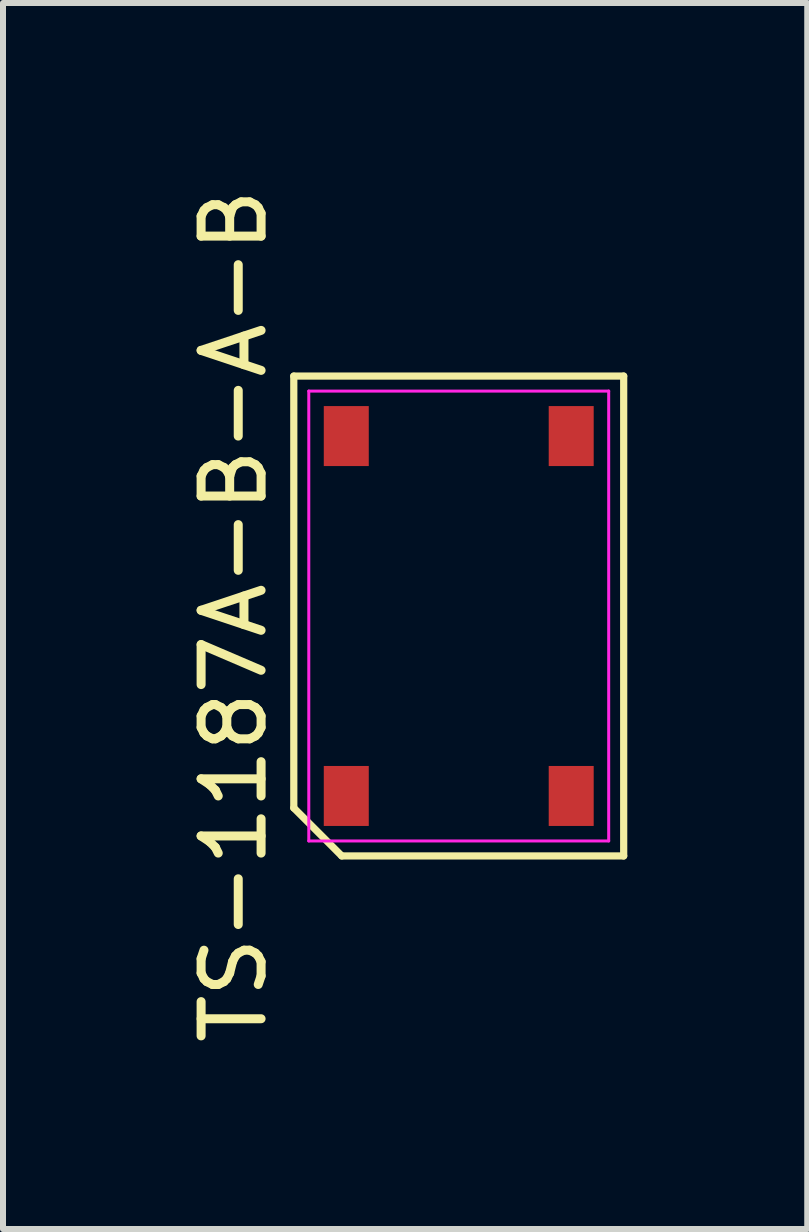
<source format=kicad_pcb>
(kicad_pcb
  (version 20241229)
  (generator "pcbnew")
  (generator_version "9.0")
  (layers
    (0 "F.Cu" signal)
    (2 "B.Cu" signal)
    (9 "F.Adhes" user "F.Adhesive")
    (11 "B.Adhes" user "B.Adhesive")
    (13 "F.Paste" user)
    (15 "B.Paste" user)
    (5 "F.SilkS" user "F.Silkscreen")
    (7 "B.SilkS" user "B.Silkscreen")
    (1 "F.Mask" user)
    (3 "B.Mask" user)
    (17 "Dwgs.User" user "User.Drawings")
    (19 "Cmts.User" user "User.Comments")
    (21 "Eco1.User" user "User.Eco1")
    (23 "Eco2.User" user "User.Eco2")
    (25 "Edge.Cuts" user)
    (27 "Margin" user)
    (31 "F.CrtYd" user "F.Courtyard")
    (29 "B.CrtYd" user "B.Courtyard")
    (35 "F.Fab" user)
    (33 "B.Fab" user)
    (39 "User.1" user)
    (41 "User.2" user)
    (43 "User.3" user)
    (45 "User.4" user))
  (footprint "TS-1187A-B-A-B"
    (layer "F.Cu")
    (at 4.598 7.22)
    (property "Reference" "TS-1187A-B-A-B" (at -3.75 0 90) (layer "F.SilkS") (effects (font (size 1 1) (thickness 0.15))))
    (attr smd)
    (fp_line (start -2.75 -4) (end 2.75 -4) (stroke (width 0.12) (type default)) (layer "F.SilkS"))
    (fp_line (start -2.75 3.2) (end -2.75 -4) (stroke (width 0.12) (type default)) (layer "F.SilkS"))
    (fp_line (start -1.95 4) (end -2.75 3.2) (stroke (width 0.12) (type default)) (layer "F.SilkS"))
    (fp_line (start 2.75 -4) (end 2.75 4) (stroke (width 0.12) (type default)) (layer "F.SilkS"))
    (fp_line (start 2.75 4) (end -1.95 4) (stroke (width 0.12) (type default)) (layer "F.SilkS"))
    (fp_line (start -2.5 -3.75) (end 2.5 -3.75) (stroke (width 0.05) (type default)) (layer "F.CrtYd"))
    (fp_line (start -2.5 3.75) (end -2.5 -3.75) (stroke (width 0.05) (type default)) (layer "F.CrtYd"))
    (fp_line (start 2.5 -3.75) (end 2.5 3.75) (stroke (width 0.05) (type default)) (layer "F.CrtYd"))
    (fp_line (start 2.5 3.75) (end -2.5 3.75) (stroke (width 0.05) (type default)) (layer "F.CrtYd"))
    (pad "1" smd rect (at -1.875 -3) (size 0.75 1) (layers "F.Cu" "F.Mask" "F.Paste"))
    (pad "1" smd rect (at -1.875 3) (size 0.75 1) (layers "F.Cu" "F.Mask" "F.Paste"))
    (pad "2" smd rect (at 1.875 -3) (size 0.75 1) (layers "F.Cu" "F.Mask" "F.Paste"))
    (pad "2" smd rect (at 1.875 3) (size 0.75 1) (layers "F.Cu" "F.Mask" "F.Paste")))
  (gr_rect
    (start -3 -3)
    (end 10.408 17.44)
    (stroke (width 0.1) (type default))
    (fill no)
    (layer "Edge.Cuts")))
</source>
